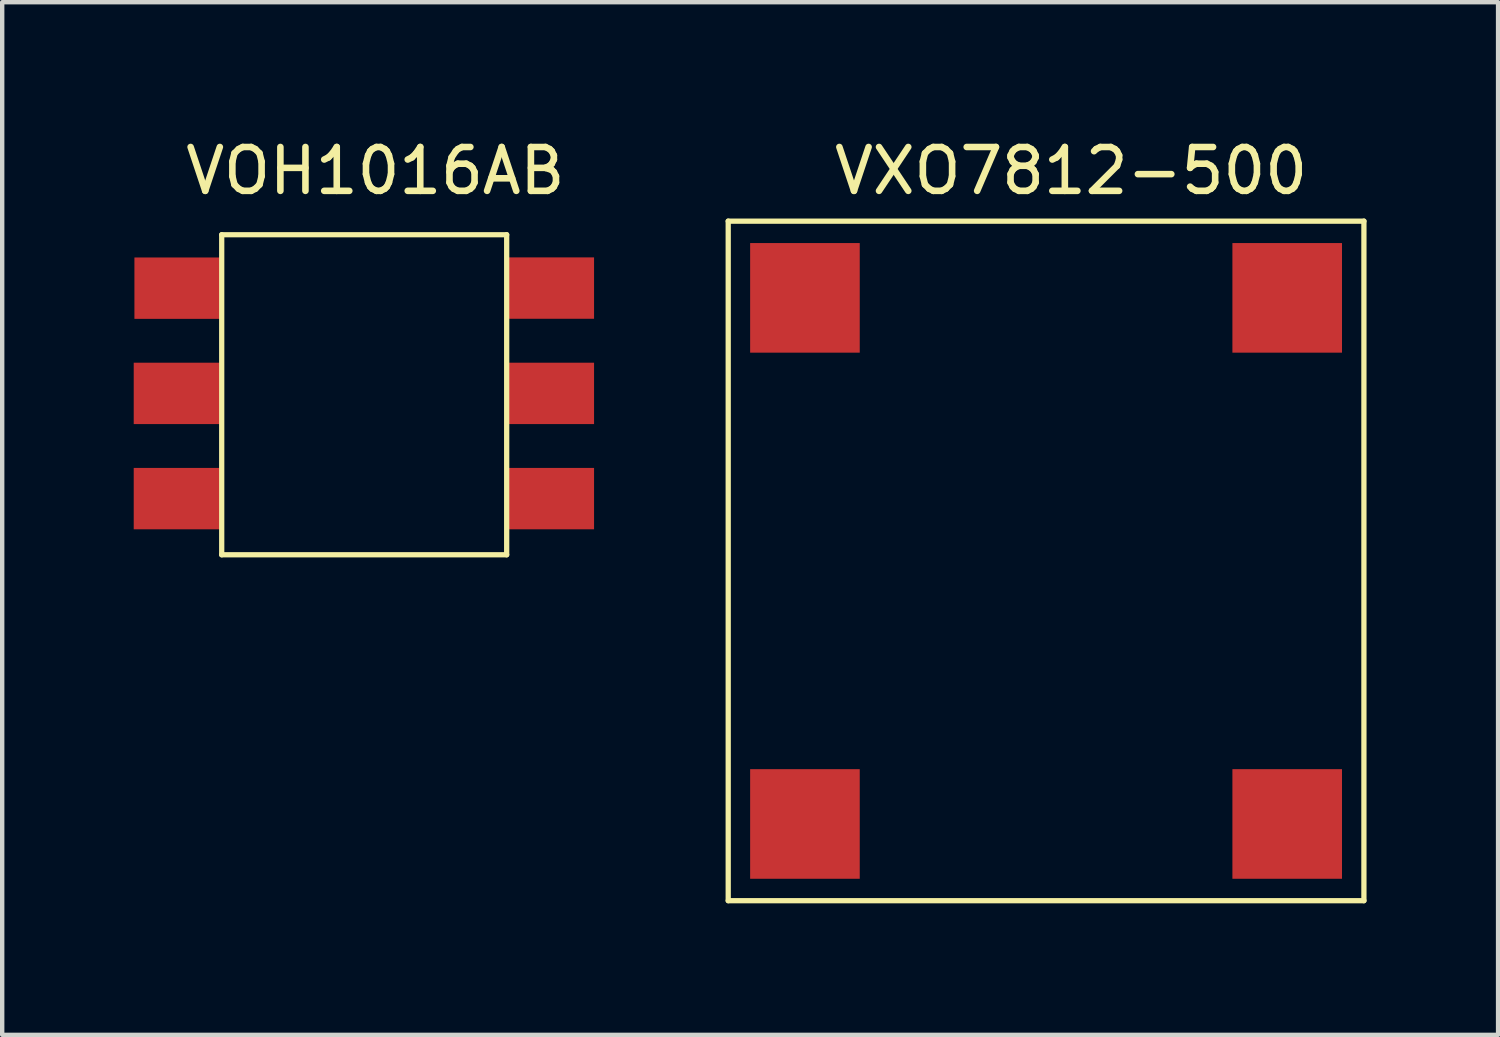
<source format=kicad_pcb>
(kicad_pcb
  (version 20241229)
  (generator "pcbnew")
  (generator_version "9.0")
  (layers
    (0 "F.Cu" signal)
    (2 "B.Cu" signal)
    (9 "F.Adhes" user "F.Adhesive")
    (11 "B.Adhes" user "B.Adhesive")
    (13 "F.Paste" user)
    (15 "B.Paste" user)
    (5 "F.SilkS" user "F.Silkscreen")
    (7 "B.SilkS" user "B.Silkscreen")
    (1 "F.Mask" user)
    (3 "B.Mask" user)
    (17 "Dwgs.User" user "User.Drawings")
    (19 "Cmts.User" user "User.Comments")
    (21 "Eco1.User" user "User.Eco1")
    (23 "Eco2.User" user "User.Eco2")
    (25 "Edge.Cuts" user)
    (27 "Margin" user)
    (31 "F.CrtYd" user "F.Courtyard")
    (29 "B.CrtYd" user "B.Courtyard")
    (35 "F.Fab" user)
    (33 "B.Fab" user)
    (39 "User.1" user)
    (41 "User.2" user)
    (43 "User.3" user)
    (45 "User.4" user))
  (footprint "VXO7812-500"
    (layer "F.Cu")
    (at 15.31 3.744)
    (property "Reference" "VXO7812-500" (at 6.071 -2.896 0) (layer "F.SilkS") (effects (font (size 1 1) (thickness 0.15))))
    (attr through_hole)
    (fp_line (start -1.75 -1.75) (end 12.75 -1.75) (stroke (width 0.12) (type solid)) (layer "F.SilkS"))
    (fp_line (start -1.75 13.75) (end -1.75 -1.75) (stroke (width 0.12) (type solid)) (layer "F.SilkS"))
    (fp_line (start -1.75 13.75) (end 12.75 13.75) (stroke (width 0.12) (type solid)) (layer "F.SilkS"))
    (fp_line (start 12.75 -1.75) (end 12.75 13.75) (stroke (width 0.12) (type solid)) (layer "F.SilkS"))
    (pad "1" smd rect (at 0 0) (size 2.5 2.5) (layers "F.Cu" "F.Mask" "F.Paste"))
    (pad "2" smd rect (at 11 0) (size 2.5 2.5) (layers "F.Cu" "F.Mask" "F.Paste"))
    (pad "3" smd rect (at 11 12) (size 2.5 2.5) (layers "F.Cu" "F.Mask" "F.Paste"))
    (pad "4" smd rect (at 0 12) (size 2.5 2.5) (layers "F.Cu" "F.Mask" "F.Paste")))
  (footprint "VOH1016AB"
    (layer "F.Cu")
    (at 2.007 2.304)
    (property "Reference" "VOH1016AB" (at 3.505 -1.456 0) (layer "F.SilkS") (effects (font (size 1 1) (thickness 0.15))))
    (attr through_hole)
    (fp_line (start 0 0) (end 6.5 0) (stroke (width 0.12) (type solid)) (layer "F.SilkS"))
    (fp_line (start 0 7.3) (end 0 0) (stroke (width 0.12) (type solid)) (layer "F.SilkS"))
    (fp_line (start 0 7.3) (end 6.5 7.3) (stroke (width 0.12) (type solid)) (layer "F.SilkS"))
    (fp_line (start 6.5 7.3) (end 6.5 0) (stroke (width 0.12) (type solid)) (layer "F.SilkS"))
    (pad "1" smd rect (at -0.991 1.219) (size 2 1.4) (layers "F.Cu" "F.Mask" "F.Paste"))
    (pad "2" smd rect (at -1.007 3.619) (size 2 1.4) (layers "F.Cu" "F.Mask" "F.Paste"))
    (pad "3" smd rect (at -1.007 6.019) (size 2 1.4) (layers "F.Cu" "F.Mask" "F.Paste"))
    (pad "4" smd rect (at 7.493 6.019) (size 2 1.4) (layers "F.Cu" "F.Mask" "F.Paste"))
    (pad "5" smd rect (at 7.493 3.619) (size 2 1.4) (layers "F.Cu" "F.Mask" "F.Paste"))
    (pad "6" smd rect (at 7.493 1.217) (size 2 1.4) (layers "F.Cu" "F.Mask" "F.Paste")))
  (gr_rect
    (start -3 -3)
    (end 31.12 20.554)
    (stroke (width 0.1) (type default))
    (fill no)
    (layer "Edge.Cuts")))
</source>
